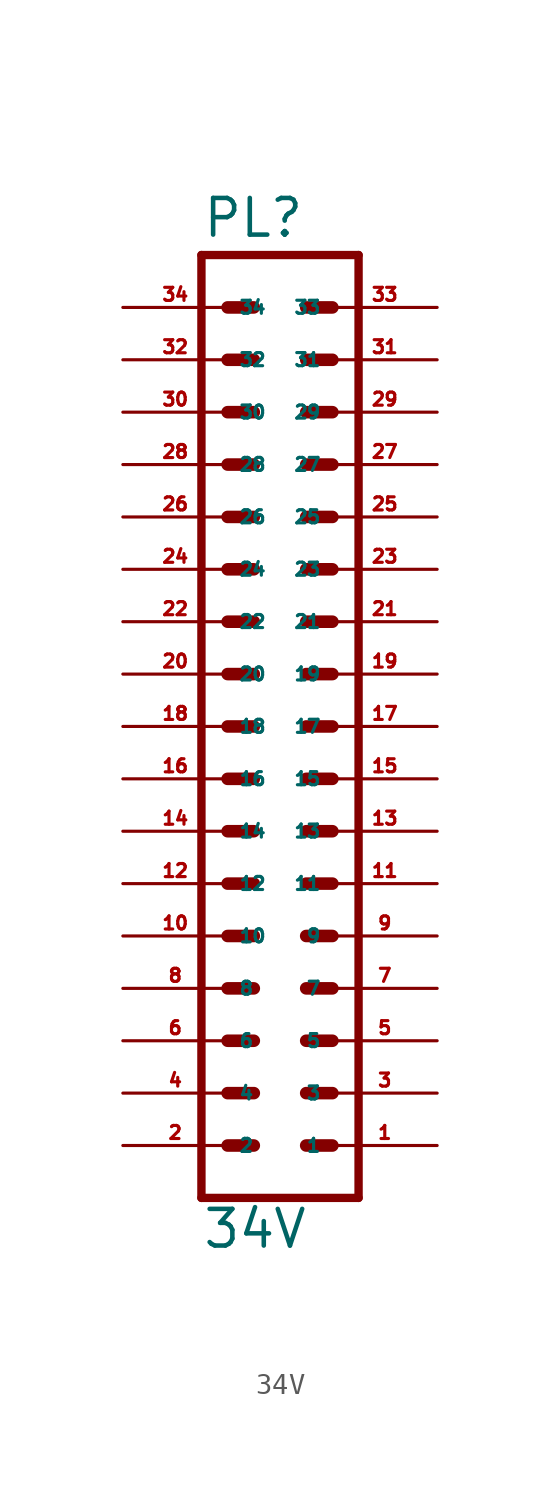
<source format=kicad_sym>
(kicad_symbol_lib
  (version 20220914)
  (generator Eagle2Kicad)
  (symbol "34V"
    (property "Reference" "PL"
      (at -3.81 23.622 0)
      (effects (font (size 1.778 1.778) (thickness 0.22)) (justify left bottom)))
    (property "Value" "34V"
      (at -3.81 -25.4 0)
      (effects (font (size 1.778 1.778) (thickness 0.22)) (justify left bottom)))
    (polyline
      (pts (xy 3.81 -22.86) (xy -3.81 -22.86))
      (stroke (width 0.406) (type default))
      (fill (type none)))
    (polyline
      (pts (xy 1.27 -10.16) (xy 2.54 -10.16))
      (stroke (width 0.61) (type default))
      (fill (type none)))
    (polyline
      (pts (xy 1.27 -12.7) (xy 2.54 -12.7))
      (stroke (width 0.61) (type default))
      (fill (type none)))
    (polyline
      (pts (xy 1.27 -15.24) (xy 2.54 -15.24))
      (stroke (width 0.61) (type default))
      (fill (type none)))
    (polyline
      (pts (xy 1.27 -17.78) (xy 2.54 -17.78))
      (stroke (width 0.61) (type default))
      (fill (type none)))
    (polyline
      (pts (xy 1.27 -20.32) (xy 2.54 -20.32))
      (stroke (width 0.61) (type default))
      (fill (type none)))
    (polyline
      (pts (xy -2.54 -10.16) (xy -1.27 -10.16))
      (stroke (width 0.61) (type default))
      (fill (type none)))
    (polyline
      (pts (xy -2.54 -12.7) (xy -1.27 -12.7))
      (stroke (width 0.61) (type default))
      (fill (type none)))
    (polyline
      (pts (xy -2.54 -15.24) (xy -1.27 -15.24))
      (stroke (width 0.61) (type default))
      (fill (type none)))
    (polyline
      (pts (xy -2.54 -17.78) (xy -1.27 -17.78))
      (stroke (width 0.61) (type default))
      (fill (type none)))
    (polyline
      (pts (xy -2.54 -20.32) (xy -1.27 -20.32))
      (stroke (width 0.61) (type default))
      (fill (type none)))
    (polyline
      (pts (xy 1.27 2.54) (xy 2.54 2.54))
      (stroke (width 0.61) (type default))
      (fill (type none)))
    (polyline
      (pts (xy 1.27 0) (xy 2.54 0))
      (stroke (width 0.61) (type default))
      (fill (type none)))
    (polyline
      (pts (xy 1.27 -2.54) (xy 2.54 -2.54))
      (stroke (width 0.61) (type default))
      (fill (type none)))
    (polyline
      (pts (xy 1.27 -5.08) (xy 2.54 -5.08))
      (stroke (width 0.61) (type default))
      (fill (type none)))
    (polyline
      (pts (xy 1.27 -7.62) (xy 2.54 -7.62))
      (stroke (width 0.61) (type default))
      (fill (type none)))
    (polyline
      (pts (xy -2.54 2.54) (xy -1.27 2.54))
      (stroke (width 0.61) (type default))
      (fill (type none)))
    (polyline
      (pts (xy -2.54 0) (xy -1.27 0))
      (stroke (width 0.61) (type default))
      (fill (type none)))
    (polyline
      (pts (xy -2.54 -2.54) (xy -1.27 -2.54))
      (stroke (width 0.61) (type default))
      (fill (type none)))
    (polyline
      (pts (xy -2.54 -5.08) (xy -1.27 -5.08))
      (stroke (width 0.61) (type default))
      (fill (type none)))
    (polyline
      (pts (xy -2.54 -7.62) (xy -1.27 -7.62))
      (stroke (width 0.61) (type default))
      (fill (type none)))
    (polyline
      (pts (xy 1.27 15.24) (xy 2.54 15.24))
      (stroke (width 0.61) (type default))
      (fill (type none)))
    (polyline
      (pts (xy 1.27 12.7) (xy 2.54 12.7))
      (stroke (width 0.61) (type default))
      (fill (type none)))
    (polyline
      (pts (xy 1.27 10.16) (xy 2.54 10.16))
      (stroke (width 0.61) (type default))
      (fill (type none)))
    (polyline
      (pts (xy 1.27 7.62) (xy 2.54 7.62))
      (stroke (width 0.61) (type default))
      (fill (type none)))
    (polyline
      (pts (xy 1.27 5.08) (xy 2.54 5.08))
      (stroke (width 0.61) (type default))
      (fill (type none)))
    (polyline
      (pts (xy -2.54 15.24) (xy -1.27 15.24))
      (stroke (width 0.61) (type default))
      (fill (type none)))
    (polyline
      (pts (xy -2.54 12.7) (xy -1.27 12.7))
      (stroke (width 0.61) (type default))
      (fill (type none)))
    (polyline
      (pts (xy -2.54 10.16) (xy -1.27 10.16))
      (stroke (width 0.61) (type default))
      (fill (type none)))
    (polyline
      (pts (xy -2.54 7.62) (xy -1.27 7.62))
      (stroke (width 0.61) (type default))
      (fill (type none)))
    (polyline
      (pts (xy -2.54 5.08) (xy -1.27 5.08))
      (stroke (width 0.61) (type default))
      (fill (type none)))
    (polyline
      (pts (xy -3.81 22.86) (xy 3.81 22.86))
      (stroke (width 0.406) (type default))
      (fill (type none)))
    (polyline
      (pts (xy 1.27 20.32) (xy 2.54 20.32))
      (stroke (width 0.61) (type default))
      (fill (type none)))
    (polyline
      (pts (xy 1.27 17.78) (xy 2.54 17.78))
      (stroke (width 0.61) (type default))
      (fill (type none)))
    (polyline
      (pts (xy -2.54 20.32) (xy -1.27 20.32))
      (stroke (width 0.61) (type default))
      (fill (type none)))
    (polyline
      (pts (xy -2.54 17.78) (xy -1.27 17.78))
      (stroke (width 0.61) (type default))
      (fill (type none)))
    (polyline
      (pts (xy -3.81 22.86) (xy -3.81 -22.86))
      (stroke (width 0.406) (type default))
      (fill (type none)))
    (polyline
      (pts (xy 3.81 -22.86) (xy 3.81 22.86))
      (stroke (width 0.406) (type default))
      (fill (type none)))
    (pin passive line
      (at 7.62 -20.32 180)
      (length 5.08)
      (name "1" (effects (font (size 0.635 0.635) (thickness 0.08)) (justify left bottom)))
      (number "1" (effects (font (size 0.635 0.635) (thickness 0.08)) (justify left bottom))))
    (pin passive line
      (at 7.62 -17.78 180)
      (length 5.08)
      (name "3" (effects (font (size 0.635 0.635) (thickness 0.08)) (justify left bottom)))
      (number "3" (effects (font (size 0.635 0.635) (thickness 0.08)) (justify left bottom))))
    (pin passive line
      (at 7.62 -15.24 180)
      (length 5.08)
      (name "5" (effects (font (size 0.635 0.635) (thickness 0.08)) (justify left bottom)))
      (number "5" (effects (font (size 0.635 0.635) (thickness 0.08)) (justify left bottom))))
    (pin passive line
      (at 7.62 -12.7 180)
      (length 5.08)
      (name "7" (effects (font (size 0.635 0.635) (thickness 0.08)) (justify left bottom)))
      (number "7" (effects (font (size 0.635 0.635) (thickness 0.08)) (justify left bottom))))
    (pin passive line
      (at 7.62 -10.16 180)
      (length 5.08)
      (name "9" (effects (font (size 0.635 0.635) (thickness 0.08)) (justify left bottom)))
      (number "9" (effects (font (size 0.635 0.635) (thickness 0.08)) (justify left bottom))))
    (pin passive line
      (at -7.62 -20.32 0)
      (length 5.08)
      (name "2" (effects (font (size 0.635 0.635) (thickness 0.08)) (justify left bottom)))
      (number "2" (effects (font (size 0.635 0.635) (thickness 0.08)) (justify left bottom))))
    (pin passive line
      (at -7.62 -17.78 0)
      (length 5.08)
      (name "4" (effects (font (size 0.635 0.635) (thickness 0.08)) (justify left bottom)))
      (number "4" (effects (font (size 0.635 0.635) (thickness 0.08)) (justify left bottom))))
    (pin passive line
      (at -7.62 -15.24 0)
      (length 5.08)
      (name "6" (effects (font (size 0.635 0.635) (thickness 0.08)) (justify left bottom)))
      (number "6" (effects (font (size 0.635 0.635) (thickness 0.08)) (justify left bottom))))
    (pin passive line
      (at -7.62 -12.7 0)
      (length 5.08)
      (name "8" (effects (font (size 0.635 0.635) (thickness 0.08)) (justify left bottom)))
      (number "8" (effects (font (size 0.635 0.635) (thickness 0.08)) (justify left bottom))))
    (pin passive line
      (at -7.62 -10.16 0)
      (length 5.08)
      (name "10" (effects (font (size 0.635 0.635) (thickness 0.08)) (justify left bottom)))
      (number "10" (effects (font (size 0.635 0.635) (thickness 0.08)) (justify left bottom))))
    (pin passive line
      (at 7.62 -7.62 180)
      (length 5.08)
      (name "11" (effects (font (size 0.635 0.635) (thickness 0.08)) (justify left bottom)))
      (number "11" (effects (font (size 0.635 0.635) (thickness 0.08)) (justify left bottom))))
    (pin passive line
      (at 7.62 -5.08 180)
      (length 5.08)
      (name "13" (effects (font (size 0.635 0.635) (thickness 0.08)) (justify left bottom)))
      (number "13" (effects (font (size 0.635 0.635) (thickness 0.08)) (justify left bottom))))
    (pin passive line
      (at 7.62 -2.54 180)
      (length 5.08)
      (name "15" (effects (font (size 0.635 0.635) (thickness 0.08)) (justify left bottom)))
      (number "15" (effects (font (size 0.635 0.635) (thickness 0.08)) (justify left bottom))))
    (pin passive line
      (at 7.62 0 180)
      (length 5.08)
      (name "17" (effects (font (size 0.635 0.635) (thickness 0.08)) (justify left bottom)))
      (number "17" (effects (font (size 0.635 0.635) (thickness 0.08)) (justify left bottom))))
    (pin passive line
      (at 7.62 2.54 180)
      (length 5.08)
      (name "19" (effects (font (size 0.635 0.635) (thickness 0.08)) (justify left bottom)))
      (number "19" (effects (font (size 0.635 0.635) (thickness 0.08)) (justify left bottom))))
    (pin passive line
      (at -7.62 -7.62 0)
      (length 5.08)
      (name "12" (effects (font (size 0.635 0.635) (thickness 0.08)) (justify left bottom)))
      (number "12" (effects (font (size 0.635 0.635) (thickness 0.08)) (justify left bottom))))
    (pin passive line
      (at -7.62 -5.08 0)
      (length 5.08)
      (name "14" (effects (font (size 0.635 0.635) (thickness 0.08)) (justify left bottom)))
      (number "14" (effects (font (size 0.635 0.635) (thickness 0.08)) (justify left bottom))))
    (pin passive line
      (at -7.62 -2.54 0)
      (length 5.08)
      (name "16" (effects (font (size 0.635 0.635) (thickness 0.08)) (justify left bottom)))
      (number "16" (effects (font (size 0.635 0.635) (thickness 0.08)) (justify left bottom))))
    (pin passive line
      (at -7.62 0 0)
      (length 5.08)
      (name "18" (effects (font (size 0.635 0.635) (thickness 0.08)) (justify left bottom)))
      (number "18" (effects (font (size 0.635 0.635) (thickness 0.08)) (justify left bottom))))
    (pin passive line
      (at -7.62 2.54 0)
      (length 5.08)
      (name "20" (effects (font (size 0.635 0.635) (thickness 0.08)) (justify left bottom)))
      (number "20" (effects (font (size 0.635 0.635) (thickness 0.08)) (justify left bottom))))
    (pin passive line
      (at 7.62 5.08 180)
      (length 5.08)
      (name "21" (effects (font (size 0.635 0.635) (thickness 0.08)) (justify left bottom)))
      (number "21" (effects (font (size 0.635 0.635) (thickness 0.08)) (justify left bottom))))
    (pin passive line
      (at 7.62 7.62 180)
      (length 5.08)
      (name "23" (effects (font (size 0.635 0.635) (thickness 0.08)) (justify left bottom)))
      (number "23" (effects (font (size 0.635 0.635) (thickness 0.08)) (justify left bottom))))
    (pin passive line
      (at 7.62 10.16 180)
      (length 5.08)
      (name "25" (effects (font (size 0.635 0.635) (thickness 0.08)) (justify left bottom)))
      (number "25" (effects (font (size 0.635 0.635) (thickness 0.08)) (justify left bottom))))
    (pin passive line
      (at 7.62 12.7 180)
      (length 5.08)
      (name "27" (effects (font (size 0.635 0.635) (thickness 0.08)) (justify left bottom)))
      (number "27" (effects (font (size 0.635 0.635) (thickness 0.08)) (justify left bottom))))
    (pin passive line
      (at 7.62 15.24 180)
      (length 5.08)
      (name "29" (effects (font (size 0.635 0.635) (thickness 0.08)) (justify left bottom)))
      (number "29" (effects (font (size 0.635 0.635) (thickness 0.08)) (justify left bottom))))
    (pin passive line
      (at -7.62 5.08 0)
      (length 5.08)
      (name "22" (effects (font (size 0.635 0.635) (thickness 0.08)) (justify left bottom)))
      (number "22" (effects (font (size 0.635 0.635) (thickness 0.08)) (justify left bottom))))
    (pin passive line
      (at -7.62 7.62 0)
      (length 5.08)
      (name "24" (effects (font (size 0.635 0.635) (thickness 0.08)) (justify left bottom)))
      (number "24" (effects (font (size 0.635 0.635) (thickness 0.08)) (justify left bottom))))
    (pin passive line
      (at -7.62 10.16 0)
      (length 5.08)
      (name "26" (effects (font (size 0.635 0.635) (thickness 0.08)) (justify left bottom)))
      (number "26" (effects (font (size 0.635 0.635) (thickness 0.08)) (justify left bottom))))
    (pin passive line
      (at -7.62 12.7 0)
      (length 5.08)
      (name "28" (effects (font (size 0.635 0.635) (thickness 0.08)) (justify left bottom)))
      (number "28" (effects (font (size 0.635 0.635) (thickness 0.08)) (justify left bottom))))
    (pin passive line
      (at -7.62 15.24 0)
      (length 5.08)
      (name "30" (effects (font (size 0.635 0.635) (thickness 0.08)) (justify left bottom)))
      (number "30" (effects (font (size 0.635 0.635) (thickness 0.08)) (justify left bottom))))
    (pin passive line
      (at 7.62 17.78 180)
      (length 5.08)
      (name "31" (effects (font (size 0.635 0.635) (thickness 0.08)) (justify left bottom)))
      (number "31" (effects (font (size 0.635 0.635) (thickness 0.08)) (justify left bottom))))
    (pin passive line
      (at 7.62 20.32 180)
      (length 5.08)
      (name "33" (effects (font (size 0.635 0.635) (thickness 0.08)) (justify left bottom)))
      (number "33" (effects (font (size 0.635 0.635) (thickness 0.08)) (justify left bottom))))
    (pin passive line
      (at -7.62 17.78 0)
      (length 5.08)
      (name "32" (effects (font (size 0.635 0.635) (thickness 0.08)) (justify left bottom)))
      (number "32" (effects (font (size 0.635 0.635) (thickness 0.08)) (justify left bottom))))
    (pin passive line
      (at -7.62 20.32 0)
      (length 5.08)
      (name "34" (effects (font (size 0.635 0.635) (thickness 0.08)) (justify left bottom)))
      (number "34" (effects (font (size 0.635 0.635) (thickness 0.08)) (justify left bottom))))))
</source>
